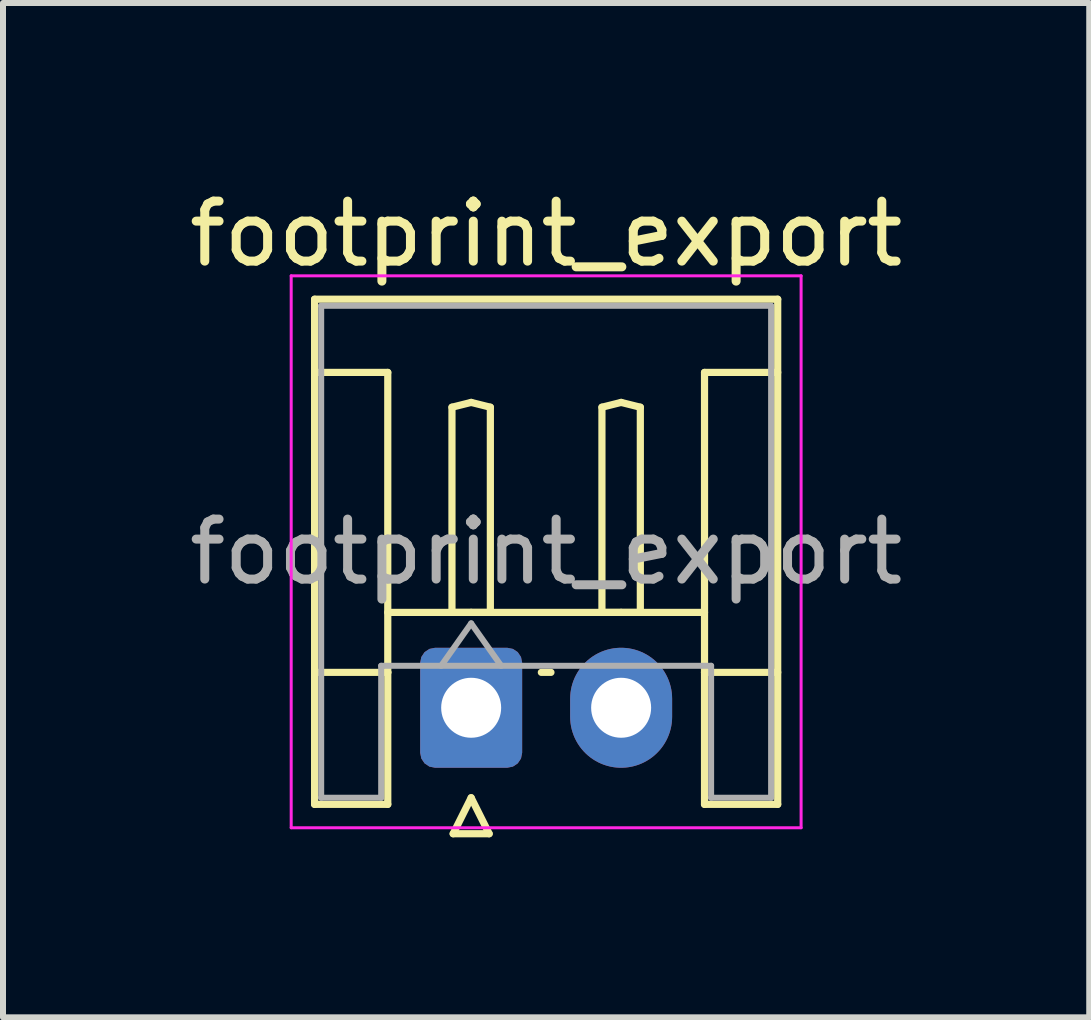
<source format=kicad_pcb>
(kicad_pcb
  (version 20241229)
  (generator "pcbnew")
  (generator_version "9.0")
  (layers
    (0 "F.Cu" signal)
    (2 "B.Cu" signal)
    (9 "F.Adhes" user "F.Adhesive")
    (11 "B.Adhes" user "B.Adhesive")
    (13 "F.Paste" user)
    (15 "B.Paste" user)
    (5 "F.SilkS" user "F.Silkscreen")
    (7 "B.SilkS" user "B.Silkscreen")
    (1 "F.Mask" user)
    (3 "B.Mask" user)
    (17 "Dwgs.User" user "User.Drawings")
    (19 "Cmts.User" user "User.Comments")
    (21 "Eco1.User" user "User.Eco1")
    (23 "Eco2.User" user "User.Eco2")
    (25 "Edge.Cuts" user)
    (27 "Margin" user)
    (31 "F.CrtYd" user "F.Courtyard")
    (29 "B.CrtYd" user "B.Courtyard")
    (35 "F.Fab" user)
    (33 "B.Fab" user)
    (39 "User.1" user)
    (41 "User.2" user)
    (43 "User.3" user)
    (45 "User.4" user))
  (footprint "footprint_export"
    (layer "F.Cu")
    (at 4.804 8.748)
    (property "Reference" "footprint_export" (at 1.25 -7.9 0) (layer "F.SilkS") (effects (font (size 1 1) (thickness 0.15))))
    (attr through_hole)
    (fp_line (start -2.61 -6.81) (end 5.11 -6.81) (stroke (width 0.12) (type solid)) (layer "F.SilkS"))
    (fp_line (start -2.61 -5.59) (end -1.39 -5.59) (stroke (width 0.12) (type solid)) (layer "F.SilkS"))
    (fp_line (start -2.61 1.61) (end -2.61 -6.81) (stroke (width 0.12) (type solid)) (layer "F.SilkS"))
    (fp_line (start -1.39 -5.59) (end -1.39 -0.59) (stroke (width 0.12) (type solid)) (layer "F.SilkS"))
    (fp_line (start -1.39 -1.59) (end 3.89 -1.59) (stroke (width 0.12) (type solid)) (layer "F.SilkS"))
    (fp_line (start -1.39 -0.59) (end -2.61 -0.59) (stroke (width 0.12) (type solid)) (layer "F.SilkS"))
    (fp_line (start -1.39 -0.59) (end -1.39 1.61) (stroke (width 0.12) (type solid)) (layer "F.SilkS"))
    (fp_line (start -1.39 1.61) (end -2.61 1.61) (stroke (width 0.12) (type solid)) (layer "F.SilkS"))
    (fp_line (start -0.32 -5.01) (end 0 -5.09) (stroke (width 0.12) (type solid)) (layer "F.SilkS"))
    (fp_line (start -0.32 -1.59) (end -0.32 -5.01) (stroke (width 0.12) (type solid)) (layer "F.SilkS"))
    (fp_line (start -0.3 2.1) (end 0.3 2.1) (stroke (width 0.12) (type solid)) (layer "F.SilkS"))
    (fp_line (start 0 -5.09) (end 0.32 -5.01) (stroke (width 0.12) (type solid)) (layer "F.SilkS"))
    (fp_line (start 0 -1.59) (end -0.32 -1.59) (stroke (width 0.12) (type solid)) (layer "F.SilkS"))
    (fp_line (start 0 1.5) (end -0.3 2.1) (stroke (width 0.12) (type solid)) (layer "F.SilkS"))
    (fp_line (start 0.3 2.1) (end 0 1.5) (stroke (width 0.12) (type solid)) (layer "F.SilkS"))
    (fp_line (start 0.32 -5.01) (end 0.32 -1.59) (stroke (width 0.12) (type solid)) (layer "F.SilkS"))
    (fp_line (start 0.32 -1.59) (end 0 -1.59) (stroke (width 0.12) (type solid)) (layer "F.SilkS"))
    (fp_line (start 1.17 -0.59) (end 1.33 -0.59) (stroke (width 0.12) (type solid)) (layer "F.SilkS"))
    (fp_line (start 2.18 -5.01) (end 2.5 -5.09) (stroke (width 0.12) (type solid)) (layer "F.SilkS"))
    (fp_line (start 2.18 -1.59) (end 2.18 -5.01) (stroke (width 0.12) (type solid)) (layer "F.SilkS"))
    (fp_line (start 2.5 -5.09) (end 2.82 -5.01) (stroke (width 0.12) (type solid)) (layer "F.SilkS"))
    (fp_line (start 2.5 -1.59) (end 2.18 -1.59) (stroke (width 0.12) (type solid)) (layer "F.SilkS"))
    (fp_line (start 2.82 -5.01) (end 2.82 -1.59) (stroke (width 0.12) (type solid)) (layer "F.SilkS"))
    (fp_line (start 2.82 -1.59) (end 2.5 -1.59) (stroke (width 0.12) (type solid)) (layer "F.SilkS"))
    (fp_line (start 3.89 -5.59) (end 3.89 -0.59) (stroke (width 0.12) (type solid)) (layer "F.SilkS"))
    (fp_line (start 3.89 -0.59) (end 5.11 -0.59) (stroke (width 0.12) (type solid)) (layer "F.SilkS"))
    (fp_line (start 3.89 1.61) (end 3.89 -0.59) (stroke (width 0.12) (type solid)) (layer "F.SilkS"))
    (fp_line (start 5.11 -6.81) (end 5.11 1.61) (stroke (width 0.12) (type solid)) (layer "F.SilkS"))
    (fp_line (start 5.11 -5.59) (end 3.89 -5.59) (stroke (width 0.12) (type solid)) (layer "F.SilkS"))
    (fp_line (start 5.11 1.61) (end 3.89 1.61) (stroke (width 0.12) (type solid)) (layer "F.SilkS"))
    (fp_line (start -3 -7.2) (end -3 2) (stroke (width 0.05) (type solid)) (layer "F.CrtYd"))
    (fp_line (start -3 2) (end 5.5 2) (stroke (width 0.05) (type solid)) (layer "F.CrtYd"))
    (fp_line (start 5.5 -7.2) (end -3 -7.2) (stroke (width 0.05) (type solid)) (layer "F.CrtYd"))
    (fp_line (start 5.5 2) (end 5.5 -7.2) (stroke (width 0.05) (type solid)) (layer "F.CrtYd"))
    (fp_line (start -2.5 -6.7) (end 5 -6.7) (stroke (width 0.1) (type solid)) (layer "F.Fab"))
    (fp_line (start -2.5 1.5) (end -2.5 -6.7) (stroke (width 0.1) (type solid)) (layer "F.Fab"))
    (fp_line (start -1.5 -0.7) (end -1.5 1.5) (stroke (width 0.1) (type solid)) (layer "F.Fab"))
    (fp_line (start -1.5 1.5) (end -2.5 1.5) (stroke (width 0.1) (type solid)) (layer "F.Fab"))
    (fp_line (start -0.5 -0.7) (end 0 -1.407) (stroke (width 0.1) (type solid)) (layer "F.Fab"))
    (fp_line (start 0 -1.407) (end 0.5 -0.7) (stroke (width 0.1) (type solid)) (layer "F.Fab"))
    (fp_line (start 4 -0.7) (end -1.5 -0.7) (stroke (width 0.1) (type solid)) (layer "F.Fab"))
    (fp_line (start 4 1.5) (end 4 -0.7) (stroke (width 0.1) (type solid)) (layer "F.Fab"))
    (fp_line (start 5 -6.7) (end 5 1.5) (stroke (width 0.1) (type solid)) (layer "F.Fab"))
    (fp_line (start 5 1.5) (end 4 1.5) (stroke (width 0.1) (type solid)) (layer "F.Fab"))
    (fp_text user "${REFERENCE}" (at 1.25 -2.6 0) (layer "F.Fab") (effects (font (size 1 1) (thickness 0.15))))
    (pad "1" thru_hole roundrect (at 0 0) (size 1.7 2) (drill 1) (layers "*.Cu" "*.Mask") (roundrect_rratio 0.147))
    (pad "2" thru_hole oval (at 2.5 0) (size 1.7 2) (drill 1) (layers "*.Cu" "*.Mask")))
  (gr_rect
    (start -3 -3)
    (end 15.107 13.908)
    (stroke (width 0.1) (type default))
    (fill no)
    (layer "Edge.Cuts")))
</source>
